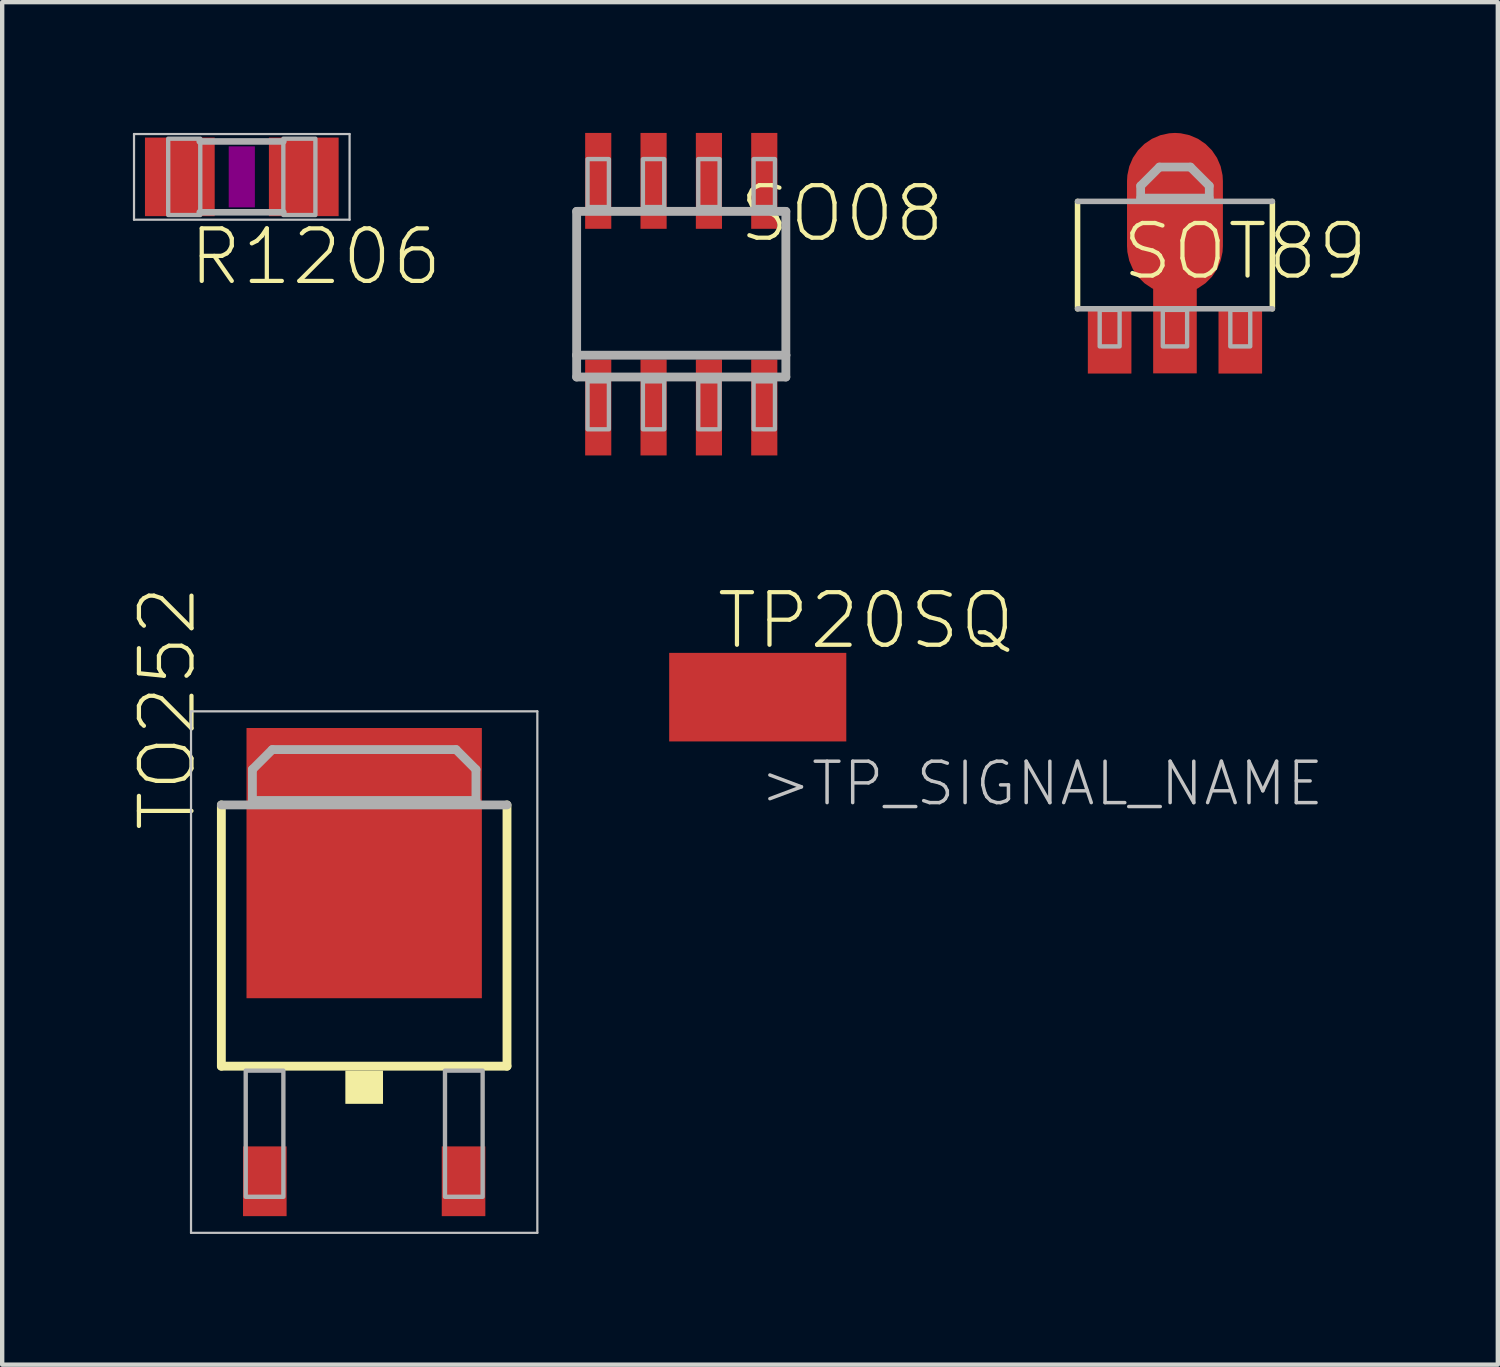
<source format=kicad_pcb>
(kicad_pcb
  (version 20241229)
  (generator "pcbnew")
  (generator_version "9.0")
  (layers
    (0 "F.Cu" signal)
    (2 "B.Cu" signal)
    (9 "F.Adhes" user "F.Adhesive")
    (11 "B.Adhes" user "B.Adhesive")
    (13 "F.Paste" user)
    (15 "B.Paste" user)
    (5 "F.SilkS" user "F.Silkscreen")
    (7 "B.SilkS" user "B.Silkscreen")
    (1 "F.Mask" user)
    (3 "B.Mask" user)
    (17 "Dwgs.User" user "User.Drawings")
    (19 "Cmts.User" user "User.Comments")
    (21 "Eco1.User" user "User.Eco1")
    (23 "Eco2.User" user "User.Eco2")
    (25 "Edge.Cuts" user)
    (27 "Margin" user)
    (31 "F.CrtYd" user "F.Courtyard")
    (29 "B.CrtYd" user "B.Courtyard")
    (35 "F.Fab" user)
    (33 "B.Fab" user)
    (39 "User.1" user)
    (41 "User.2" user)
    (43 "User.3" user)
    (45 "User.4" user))
  (footprint "SOT89"
    (layer "F.Cu")
    (at 23.909 2.79)
    (property "Reference" "SOT89" (at -1.27 0.635 0) (layer "F.SilkS") (effects (font (size 1.206 1.206) (thickness 0.097)) (justify left bottom)))
    (attr through_hole)
    (fp_poly (pts (xy -2.025 2.775) (xy -0.975 2.775) (xy -0.975 1.2) (xy -2.025 1.2)) (stroke (width 0) (type solid)) (fill yes) (layer "F.Mask"))
    (fp_poly (pts (xy -0.525 2.775) (xy 0.525 2.775) (xy 0.525 1.2) (xy -0.525 1.2)) (stroke (width 0) (type solid)) (fill yes) (layer "F.Mask"))
    (fp_poly (pts (xy 0.975 2.775) (xy 2.025 2.775) (xy 2.025 1.2) (xy 0.975 1.2)) (stroke (width 0) (type solid)) (fill yes) (layer "F.Mask"))
    (fp_line (start -2.235 1.245) (end -2.235 -1.219) (stroke (width 0.127) (type solid)) (layer "F.SilkS"))
    (fp_line (start 2.235 -1.219) (end 2.235 1.245) (stroke (width 0.127) (type solid)) (layer "F.SilkS"))
    (fp_poly (pts (xy -1.9 2.68) (xy -1.1 2.68) (xy -1.1 1.28) (xy -1.9 1.28)) (stroke (width 0) (type solid)) (fill yes) (layer "F.Paste"))
    (fp_poly (pts (xy -0.9 0) (xy 0.9 0) (xy 0.9 -2.2) (xy -0.9 -2.2)) (stroke (width 0) (type solid)) (fill yes) (layer "F.Paste"))
    (fp_poly (pts (xy -0.4 2.68) (xy 0.4 2.68) (xy 0.4 1.28) (xy -0.4 1.28)) (stroke (width 0) (type solid)) (fill yes) (layer "F.Paste"))
    (fp_poly (pts (xy 1.1 2.68) (xy 1.9 2.68) (xy 1.9 1.28) (xy 1.1 1.28)) (stroke (width 0) (type solid)) (fill yes) (layer "F.Paste"))
    (fp_line (start -2.235 -1.219) (end 2.235 -1.219) (stroke (width 0.127) (type solid)) (layer "F.Fab"))
    (fp_line (start -0.787 -1.575) (end -0.356 -2.007) (stroke (width 0.2) (type solid)) (layer "F.Fab"))
    (fp_line (start -0.787 -1.295) (end -0.787 -1.575) (stroke (width 0.2) (type solid)) (layer "F.Fab"))
    (fp_line (start -0.356 -2.007) (end 0.356 -2.007) (stroke (width 0.2) (type solid)) (layer "F.Fab"))
    (fp_line (start 0.356 -2.007) (end 0.787 -1.575) (stroke (width 0.2) (type solid)) (layer "F.Fab"))
    (fp_line (start 0.787 -1.575) (end 0.787 -1.295) (stroke (width 0.2) (type solid)) (layer "F.Fab"))
    (fp_line (start 0.787 -1.295) (end -0.787 -1.295) (stroke (width 0.2) (type solid)) (layer "F.Fab"))
    (fp_line (start 2.235 1.245) (end -2.235 1.245) (stroke (width 0.127) (type solid)) (layer "F.Fab"))
    (fp_poly (pts (xy -1.727 2.108) (xy -1.27 2.108) (xy -1.27 1.27) (xy -1.727 1.27)) (stroke (width 0.1) (type solid)) (fill no) (layer "F.Fab"))
    (fp_poly (pts (xy -0.279 2.108) (xy 0.279 2.108) (xy 0.279 1.27) (xy -0.279 1.27)) (stroke (width 0.1) (type solid)) (fill no) (layer "F.Fab"))
    (fp_poly (pts (xy 1.27 2.108) (xy 1.727 2.108) (xy 1.727 1.27) (xy 1.27 1.27)) (stroke (width 0.1) (type solid)) (fill no) (layer "F.Fab"))
    (fp_poly (pts (xy -0.787 -1.321) (xy -0.787 -1.575) (xy -0.356 -2.007) (xy 0.305 -2.007) (xy 0.356 -2.007) (xy 0.787 -1.575) (xy 0.787 -1.295) (xy -0.787 -1.295)) (stroke (width 0.1) (type solid)) (fill no) (layer "F.Fab"))
    (pad "1" smd rect (at -1.499 1.981) (size 1 1.5) (layers "F.Cu" "F.Mask"))
    (pad "2" smd rect (at 0 1.727) (size 1 2) (layers "F.Cu" "F.Mask"))
    (pad "2@1" smd roundrect (at 0 -0.94) (size 2.2 3.7) (layers "F.Cu" "F.Mask") (roundrect_rratio 0.5))
    (pad "3" smd rect (at 1.499 1.981) (size 1 1.5) (layers "F.Cu" "F.Mask")))
  (footprint "TO252"
    (layer "F.Cu")
    (at 5.306 19.254)
    (property "Reference" "TO252" (at -3.81 -3.175 270) (layer "F.SilkS") (effects (font (size 1.206 1.206) (thickness 0.097)) (justify left bottom)))
    (attr through_hole)
    (fp_line (start -3.277 2.159) (end -3.277 -3.835) (stroke (width 0.203) (type solid)) (layer "F.SilkS"))
    (fp_line (start 3.277 -3.835) (end 3.277 2.159) (stroke (width 0.203) (type solid)) (layer "F.SilkS"))
    (fp_line (start 3.277 2.159) (end -3.277 2.159) (stroke (width 0.203) (type solid)) (layer "F.SilkS"))
    (fp_poly (pts (xy -0.432 3.023) (xy 0.432 3.023) (xy 0.432 2.261) (xy -0.432 2.261)) (stroke (width 0) (type solid)) (fill yes) (layer "F.SilkS"))
    (fp_line (start -3.973 -5.983) (end 3.973 -5.983) (stroke (width 0.051) (type solid)) (layer "Dwgs.User"))
    (fp_line (start -3.973 5.983) (end -3.973 -5.983) (stroke (width 0.051) (type solid)) (layer "Dwgs.User"))
    (fp_line (start 3.973 -5.983) (end 3.973 5.983) (stroke (width 0.051) (type solid)) (layer "Dwgs.User"))
    (fp_line (start 3.973 5.983) (end -3.973 5.983) (stroke (width 0.051) (type solid)) (layer "Dwgs.User"))
    (fp_line (start -3.277 -3.835) (end 3.277 -3.835) (stroke (width 0.203) (type solid)) (layer "F.Fab"))
    (fp_line (start -2.565 -4.648) (end -2.108 -5.105) (stroke (width 0.203) (type solid)) (layer "F.Fab"))
    (fp_line (start -2.565 -3.937) (end -2.565 -4.648) (stroke (width 0.203) (type solid)) (layer "F.Fab"))
    (fp_line (start -2.108 -5.105) (end 2.108 -5.105) (stroke (width 0.203) (type solid)) (layer "F.Fab"))
    (fp_line (start 2.108 -5.105) (end 2.565 -4.648) (stroke (width 0.203) (type solid)) (layer "F.Fab"))
    (fp_line (start 2.565 -4.648) (end 2.565 -3.937) (stroke (width 0.203) (type solid)) (layer "F.Fab"))
    (fp_line (start 2.565 -3.937) (end -2.565 -3.937) (stroke (width 0.203) (type solid)) (layer "F.Fab"))
    (fp_poly (pts (xy -2.718 5.156) (xy -1.854 5.156) (xy -1.854 2.261) (xy -2.718 2.261)) (stroke (width 0.1) (type solid)) (fill no) (layer "F.Fab"))
    (fp_poly (pts (xy 1.854 5.156) (xy 2.718 5.156) (xy 2.718 2.261) (xy 1.854 2.261)) (stroke (width 0.1) (type solid)) (fill no) (layer "F.Fab"))
    (fp_poly (pts (xy -2.565 -3.937) (xy -2.565 -4.648) (xy -2.108 -5.105) (xy 2.108 -5.105) (xy 2.565 -4.648) (xy 2.565 -3.937)) (stroke (width 0.1) (type solid)) (fill no) (layer "F.Fab"))
    (pad "1" smd rect (at -2.28 4.8) (size 1 1.6) (layers "F.Cu" "F.Mask" "F.Paste"))
    (pad "2" smd rect (at 2.28 4.8) (size 1 1.6) (layers "F.Cu" "F.Mask" "F.Paste"))
    (pad "3" smd rect (at 0 -2.5) (size 5.4 6.2) (layers "F.Cu" "F.Mask" "F.Paste")))
  (footprint "TP20SQ"
    (layer "F.Cu")
    (at 14.336 12.946)
    (property "Reference" "TP20SQ" (at -1 -1.05 0) (layer "F.SilkS") (effects (font (size 1.206 1.206) (thickness 0.097)) (justify left bottom)))
    (attr through_hole)
    (fp_text user ">TP_SIGNAL_NAME" (at 0 2.54 0) (layer "Dwgs.User") (effects (font (size 0.95 0.95) (thickness 0.08)) (justify left bottom)))
    (pad "TP" smd rect (at 0 0) (size 4.064 2.032) (layers "F.Cu" "F.Mask")))
  (footprint "SO08"
    (layer "F.Cu")
    (at 12.581 3.7)
    (property "Reference" "SO08" (at 1.27 -1.143 0) (layer "F.SilkS") (effects (font (size 1.206 1.206) (thickness 0.097)) (justify left bottom)))
    (attr through_hole)
    (fp_line (start -2.4 -1.9) (end 2.4 -1.9) (stroke (width 0.203) (type solid)) (layer "F.Fab"))
    (fp_line (start -2.4 1.4) (end -2.4 -1.9) (stroke (width 0.203) (type solid)) (layer "F.Fab"))
    (fp_line (start -2.4 1.9) (end -2.4 1.4) (stroke (width 0.203) (type solid)) (layer "F.Fab"))
    (fp_line (start 2.4 -1.9) (end 2.4 1.4) (stroke (width 0.203) (type solid)) (layer "F.Fab"))
    (fp_line (start 2.4 1.4) (end -2.4 1.4) (stroke (width 0.203) (type solid)) (layer "F.Fab"))
    (fp_line (start 2.4 1.4) (end 2.4 1.9) (stroke (width 0.203) (type solid)) (layer "F.Fab"))
    (fp_line (start 2.4 1.9) (end -2.4 1.9) (stroke (width 0.203) (type solid)) (layer "F.Fab"))
    (fp_poly (pts (xy -2.15 -2) (xy -1.66 -2) (xy -1.66 -3.1) (xy -2.15 -3.1)) (stroke (width 0.1) (type solid)) (fill no) (layer "F.Fab"))
    (fp_poly (pts (xy -2.15 3.1) (xy -1.66 3.1) (xy -1.66 2) (xy -2.15 2)) (stroke (width 0.1) (type solid)) (fill no) (layer "F.Fab"))
    (fp_poly (pts (xy -0.88 -2) (xy -0.39 -2) (xy -0.39 -3.1) (xy -0.88 -3.1)) (stroke (width 0.1) (type solid)) (fill no) (layer "F.Fab"))
    (fp_poly (pts (xy -0.88 3.1) (xy -0.39 3.1) (xy -0.39 2) (xy -0.88 2)) (stroke (width 0.1) (type solid)) (fill no) (layer "F.Fab"))
    (fp_poly (pts (xy 0.39 -2) (xy 0.88 -2) (xy 0.88 -3.1) (xy 0.39 -3.1)) (stroke (width 0.1) (type solid)) (fill no) (layer "F.Fab"))
    (fp_poly (pts (xy 0.39 3.1) (xy 0.88 3.1) (xy 0.88 2) (xy 0.39 2)) (stroke (width 0.1) (type solid)) (fill no) (layer "F.Fab"))
    (fp_poly (pts (xy 1.66 -2) (xy 2.15 -2) (xy 2.15 -3.1) (xy 1.66 -3.1)) (stroke (width 0.1) (type solid)) (fill no) (layer "F.Fab"))
    (fp_poly (pts (xy 1.66 3.1) (xy 2.15 3.1) (xy 2.15 2) (xy 1.66 2)) (stroke (width 0.1) (type solid)) (fill no) (layer "F.Fab"))
    (pad "1" smd rect (at -1.905 2.6) (size 0.6 2.2) (layers "F.Cu" "F.Mask" "F.Paste"))
    (pad "2" smd rect (at -0.635 2.6) (size 0.6 2.2) (layers "F.Cu" "F.Mask" "F.Paste"))
    (pad "3" smd rect (at 0.635 2.6) (size 0.6 2.2) (layers "F.Cu" "F.Mask" "F.Paste"))
    (pad "4" smd rect (at 1.905 2.6) (size 0.6 2.2) (layers "F.Cu" "F.Mask" "F.Paste"))
    (pad "5" smd rect (at 1.905 -2.6) (size 0.6 2.2) (layers "F.Cu" "F.Mask" "F.Paste"))
    (pad "6" smd rect (at 0.635 -2.6) (size 0.6 2.2) (layers "F.Cu" "F.Mask" "F.Paste"))
    (pad "7" smd rect (at -0.635 -2.6) (size 0.6 2.2) (layers "F.Cu" "F.Mask" "F.Paste"))
    (pad "8" smd rect (at -1.905 -2.6) (size 0.6 2.2) (layers "F.Cu" "F.Mask" "F.Paste")))
  (footprint "R1206"
    (layer "F.Cu")
    (at 2.498 1.008)
    (property "Reference" "R1206" (at -1.27 2.54 180) (layer "F.SilkS") (effects (font (size 1.206 1.206) (thickness 0.097)) (justify left bottom)))
    (attr through_hole)
    (fp_poly (pts (xy -0.3 0.7) (xy 0.3 0.7) (xy 0.3 -0.7) (xy -0.3 -0.7)) (stroke (width 0) (type solid)) (fill yes) (layer "F.Adhes"))
    (fp_line (start -2.473 -0.983) (end 2.473 -0.983) (stroke (width 0.051) (type solid)) (layer "Dwgs.User"))
    (fp_line (start -2.473 0.983) (end -2.473 -0.983) (stroke (width 0.051) (type solid)) (layer "Dwgs.User"))
    (fp_line (start 2.473 -0.983) (end 2.473 0.983) (stroke (width 0.051) (type solid)) (layer "Dwgs.User"))
    (fp_line (start 2.473 0.983) (end -2.473 0.983) (stroke (width 0.051) (type solid)) (layer "Dwgs.User"))
    (fp_line (start 0.953 -0.813) (end -0.965 -0.813) (stroke (width 0.152) (type solid)) (layer "F.Fab"))
    (fp_line (start 0.953 0.813) (end -0.965 0.813) (stroke (width 0.152) (type solid)) (layer "F.Fab"))
    (fp_poly (pts (xy -1.689 0.876) (xy -0.953 0.876) (xy -0.953 -0.876) (xy -1.689 -0.876)) (stroke (width 0.1) (type solid)) (fill no) (layer "F.Fab"))
    (fp_poly (pts (xy 0.953 0.876) (xy 1.689 0.876) (xy 1.689 -0.876) (xy 0.953 -0.876)) (stroke (width 0.1) (type solid)) (fill no) (layer "F.Fab"))
    (pad "1" smd rect (at -1.422 0) (size 1.6 1.803) (layers "F.Cu" "F.Mask" "F.Paste"))
    (pad "2" smd rect (at 1.422 0) (size 1.6 1.803) (layers "F.Cu" "F.Mask" "F.Paste")))
  (gr_rect
    (start -3 -3)
    (end 31.317 28.262)
    (stroke (width 0.1) (type default))
    (fill no)
    (layer "Edge.Cuts")))
</source>
